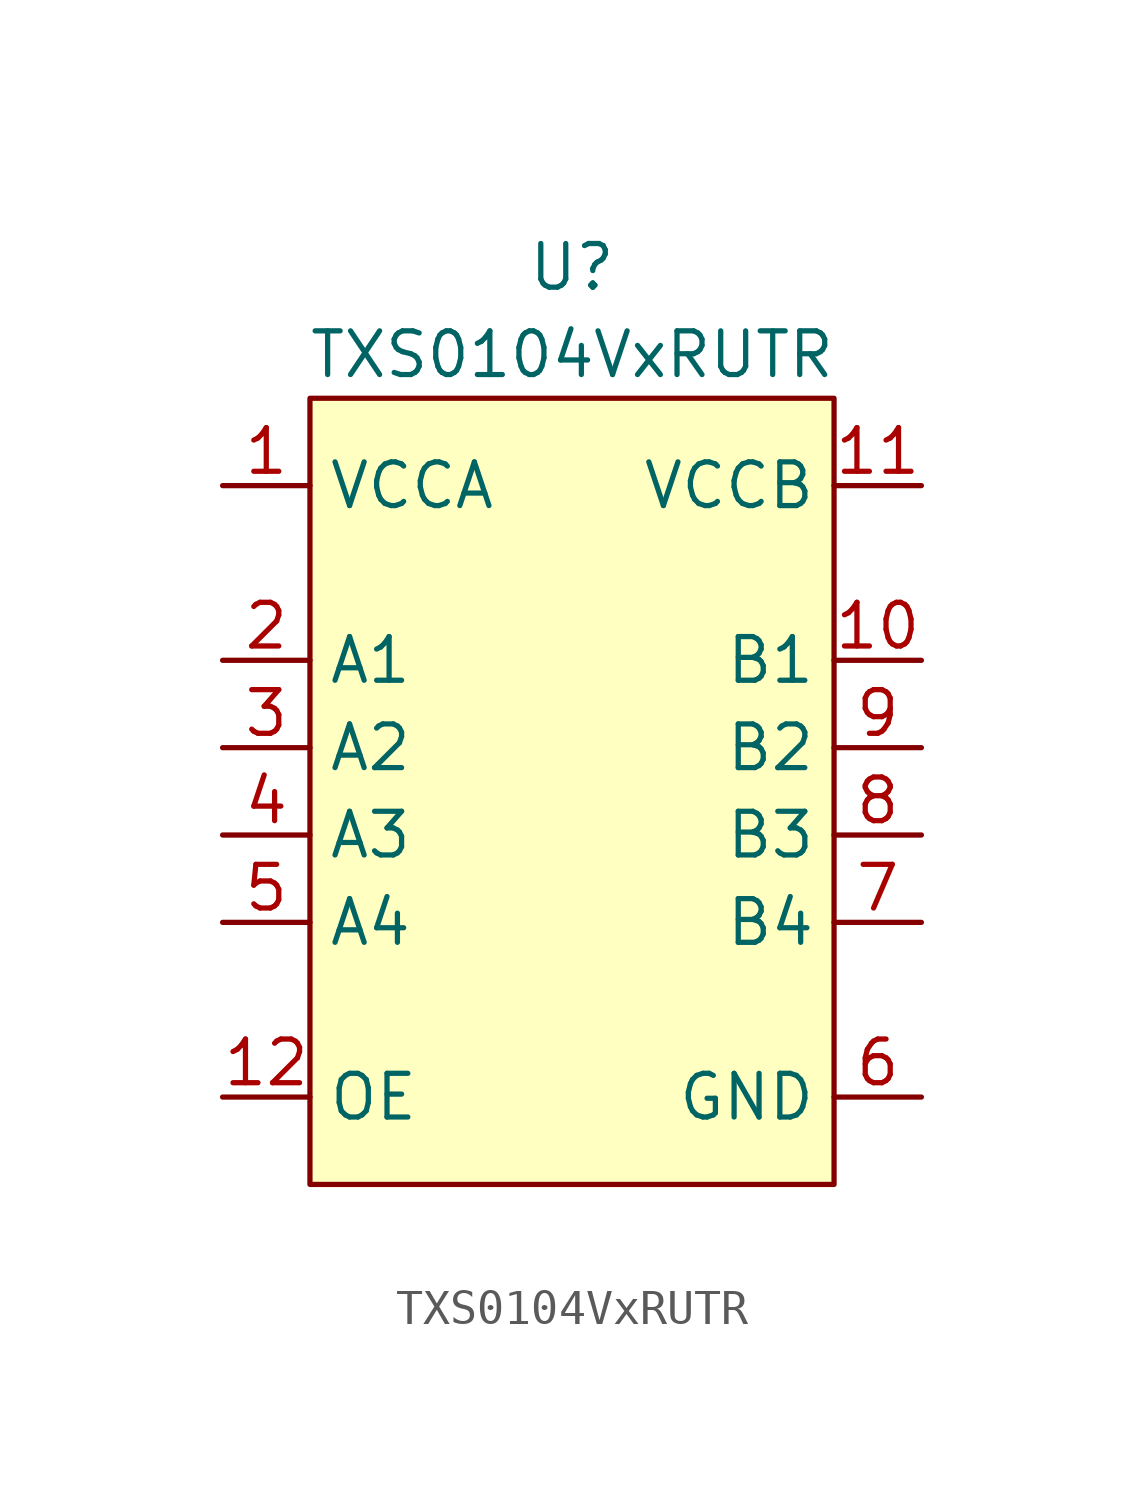
<source format=kicad_sym>
(kicad_symbol_lib
  (version 20241209)
  (generator "kicad_symbol_editor")
  (generator_version "9.0")
  (symbol "TXS0104VxRUTR"
    (property "Reference" "U"
      (at 0 15.24 0)
      (do_not_autoplace)
      (effects (font (size 1.27 1.27))))
    (property "Value" "TXS0104VxRUTR"
      (at 0 12.7 0)
      (do_not_autoplace)
      (effects (font (size 1.27 1.27))))
    (symbol "TXS0104VxRUTR_0_0"
      (pin power_in line (at -10.16 8.89 0) (length 2.54) (name "VCCA" (effects (font (size 1.27 1.27)))) (number "1" (effects (font (size 1.27 1.27)))))
      (pin bidirectional line (at -10.16 3.81 0) (length 2.54) (name "A1" (effects (font (size 1.27 1.27)))) (number "2" (effects (font (size 1.27 1.27)))))
      (pin bidirectional line (at -10.16 1.27 0) (length 2.54) (name "A2" (effects (font (size 1.27 1.27)))) (number "3" (effects (font (size 1.27 1.27)))))
      (pin bidirectional line (at -10.16 -1.27 0) (length 2.54) (name "A3" (effects (font (size 1.27 1.27)))) (number "4" (effects (font (size 1.27 1.27)))))
      (pin bidirectional line (at -10.16 -3.81 0) (length 2.54) (name "A4" (effects (font (size 1.27 1.27)))) (number "5" (effects (font (size 1.27 1.27)))))
      (pin input line (at -10.16 -8.89 0) (length 2.54) (name "OE" (effects (font (size 1.27 1.27)))) (number "12" (effects (font (size 1.27 1.27)))))
      (pin power_in line (at 10.16 8.89 180) (length 2.54) (name "VCCB" (effects (font (size 1.27 1.27)))) (number "11" (effects (font (size 1.27 1.27)))))
      (pin bidirectional line (at 10.16 3.81 180) (length 2.54) (name "B1" (effects (font (size 1.27 1.27)))) (number "10" (effects (font (size 1.27 1.27)))))
      (pin bidirectional line (at 10.16 1.27 180) (length 2.54) (name "B2" (effects (font (size 1.27 1.27)))) (number "9" (effects (font (size 1.27 1.27)))))
      (pin bidirectional line (at 10.16 -1.27 180) (length 2.54) (name "B3" (effects (font (size 1.27 1.27)))) (number "8" (effects (font (size 1.27 1.27)))))
      (pin bidirectional line (at 10.16 -3.81 180) (length 2.54) (name "B4" (effects (font (size 1.27 1.27)))) (number "7" (effects (font (size 1.27 1.27)))))
      (pin passive line (at 10.16 -8.89 180) (length 2.54) (name "GND" (effects (font (size 1.27 1.27)))) (number "6" (effects (font (size 1.27 1.27))))))
    (symbol "TXS0104VxRUTR_1_1"
      (rectangle (start -7.62 11.43) (end 7.62 -11.43) (stroke (width 0) (type default)) (fill (type background))))))
</source>
